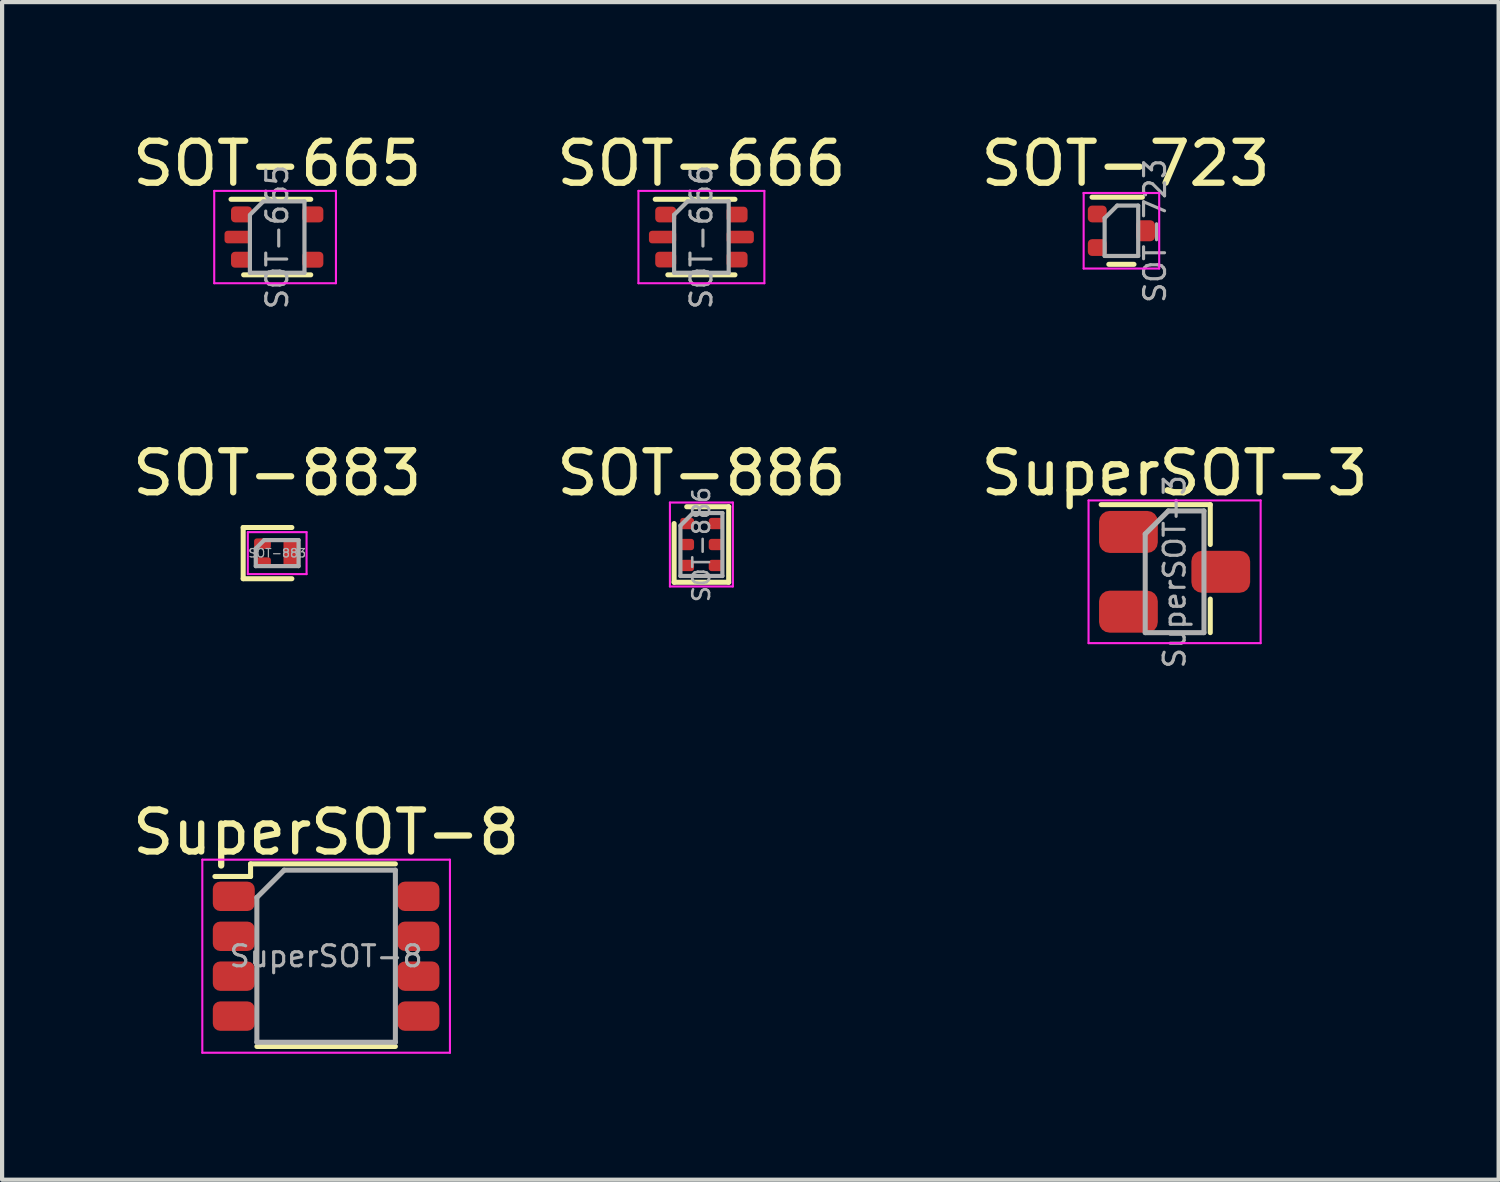
<source format=kicad_pcb>
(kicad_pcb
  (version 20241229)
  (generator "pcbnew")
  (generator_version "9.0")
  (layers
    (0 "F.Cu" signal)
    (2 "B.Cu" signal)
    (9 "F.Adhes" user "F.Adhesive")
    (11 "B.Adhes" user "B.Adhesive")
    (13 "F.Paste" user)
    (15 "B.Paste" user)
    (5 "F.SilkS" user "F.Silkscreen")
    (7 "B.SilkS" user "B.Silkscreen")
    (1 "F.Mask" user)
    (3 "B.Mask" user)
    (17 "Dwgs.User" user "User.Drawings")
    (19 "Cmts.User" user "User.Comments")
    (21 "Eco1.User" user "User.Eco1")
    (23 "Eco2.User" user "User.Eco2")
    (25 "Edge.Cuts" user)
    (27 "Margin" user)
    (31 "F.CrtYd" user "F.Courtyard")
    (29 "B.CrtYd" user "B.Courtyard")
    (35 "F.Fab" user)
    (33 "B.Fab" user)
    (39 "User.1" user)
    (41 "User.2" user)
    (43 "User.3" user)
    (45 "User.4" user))
  (footprint "SOT-886"
    (layer "F.Cu")
    (at 13.661 9.923)
    (property "Reference" "SOT-886" (at 0 -1.7 180) (layer "F.SilkS") (effects (font (size 1 1) (thickness 0.15))))
    (attr smd)
    (fp_line (start -0.65 -0.5) (end -0.65 0.9) (stroke (width 0.12) (type solid)) (layer "F.SilkS"))
    (fp_line (start -0.65 0.9) (end 0.65 0.9) (stroke (width 0.12) (type solid)) (layer "F.SilkS"))
    (fp_line (start 0.65 -0.9) (end -0.35 -0.9) (stroke (width 0.12) (type solid)) (layer "F.SilkS"))
    (fp_line (start 0.65 0.9) (end 0.65 -0.9) (stroke (width 0.12) (type solid)) (layer "F.SilkS"))
    (fp_line (start -0.75 -1) (end -0.75 1) (stroke (width 0.05) (type solid)) (layer "F.CrtYd"))
    (fp_line (start -0.75 -1) (end 0.75 -1) (stroke (width 0.05) (type solid)) (layer "F.CrtYd"))
    (fp_line (start 0.75 1) (end -0.75 1) (stroke (width 0.05) (type solid)) (layer "F.CrtYd"))
    (fp_line (start 0.75 1) (end 0.75 -1) (stroke (width 0.05) (type solid)) (layer "F.CrtYd"))
    (fp_line (start -0.5 -0.45) (end -0.5 0.75) (stroke (width 0.1) (type solid)) (layer "F.Fab"))
    (fp_line (start -0.5 0.75) (end 0.5 0.75) (stroke (width 0.1) (type solid)) (layer "F.Fab"))
    (fp_line (start -0.2 -0.75) (end -0.5 -0.45) (stroke (width 0.1) (type solid)) (layer "F.Fab"))
    (fp_line (start 0.5 -0.75) (end -0.2 -0.75) (stroke (width 0.1) (type solid)) (layer "F.Fab"))
    (fp_line (start 0.5 0.75) (end 0.5 -0.75) (stroke (width 0.1) (type solid)) (layer "F.Fab"))
    (fp_text user "${REFERENCE}" (at 0 0 90) (layer "F.Fab") (effects (font (size 0.4 0.4) (thickness 0.062))))
    (pad "1" smd roundrect (at -0.34 -0.5) (size 0.33 0.27) (layers "F.Cu" "F.Mask" "F.Paste") (roundrect_rratio 0.25))
    (pad "2" smd roundrect (at -0.34 0) (size 0.33 0.27) (layers "F.Cu" "F.Mask" "F.Paste") (roundrect_rratio 0.25))
    (pad "3" smd roundrect (at -0.34 0.5) (size 0.33 0.27) (layers "F.Cu" "F.Mask" "F.Paste") (roundrect_rratio 0.25))
    (pad "4" smd roundrect (at 0.34 0.5) (size 0.33 0.27) (layers "F.Cu" "F.Mask" "F.Paste") (roundrect_rratio 0.25))
    (pad "5" smd roundrect (at 0.34 0) (size 0.33 0.27) (layers "F.Cu" "F.Mask" "F.Paste") (roundrect_rratio 0.25))
    (pad "6" smd roundrect (at 0.34 -0.5) (size 0.33 0.27) (layers "F.Cu" "F.Mask" "F.Paste") (roundrect_rratio 0.25)))
  (footprint "SOT-883"
    (layer "F.Cu")
    (at 3.554 10.128)
    (property "Reference" "SOT-883" (at 0 -1.905 0) (layer "F.SilkS") (effects (font (size 1 1) (thickness 0.15))))
    (attr smd)
    (fp_line (start -0.81 -0.61) (end 0.35 -0.61) (stroke (width 0.12) (type solid)) (layer "F.SilkS"))
    (fp_line (start -0.81 0.61) (end -0.81 -0.61) (stroke (width 0.12) (type solid)) (layer "F.SilkS"))
    (fp_line (start 0.35 0.61) (end -0.81 0.61) (stroke (width 0.12) (type solid)) (layer "F.SilkS"))
    (fp_line (start -0.7 -0.5) (end 0.7 -0.5) (stroke (width 0.05) (type solid)) (layer "F.CrtYd"))
    (fp_line (start -0.7 0.5) (end -0.7 -0.5) (stroke (width 0.05) (type solid)) (layer "F.CrtYd"))
    (fp_line (start 0.7 -0.5) (end 0.7 0.5) (stroke (width 0.05) (type solid)) (layer "F.CrtYd"))
    (fp_line (start 0.7 0.5) (end -0.7 0.5) (stroke (width 0.05) (type solid)) (layer "F.CrtYd"))
    (fp_line (start -0.51 0.31) (end -0.51 -0.11) (stroke (width 0.1) (type solid)) (layer "F.Fab"))
    (fp_line (start -0.31 -0.31) (end -0.51 -0.11) (stroke (width 0.1) (type solid)) (layer "F.Fab"))
    (fp_line (start -0.31 -0.31) (end 0.51 -0.31) (stroke (width 0.1) (type solid)) (layer "F.Fab"))
    (fp_line (start 0.51 -0.31) (end 0.51 0.31) (stroke (width 0.1) (type solid)) (layer "F.Fab"))
    (fp_line (start 0.51 0.31) (end -0.51 0.31) (stroke (width 0.1) (type solid)) (layer "F.Fab"))
    (fp_text user "${REFERENCE}" (at 0 0 0) (layer "F.Fab") (effects (font (size 0.2 0.2) (thickness 0.03))))
    (pad "1" smd roundrect (at -0.35 -0.225) (size 0.4 0.25) (layers "F.Cu" "F.Mask" "F.Paste") (roundrect_rratio 0.25))
    (pad "2" smd roundrect (at -0.35 0.225) (size 0.4 0.25) (layers "F.Cu" "F.Mask" "F.Paste") (roundrect_rratio 0.25))
    (pad "3" smd roundrect (at 0.35 0) (size 0.4 0.7) (layers "F.Cu" "F.Mask" "F.Paste") (roundrect_rratio 0.25)))
  (footprint "SOT-666"
    (layer "F.Cu")
    (at 13.661 2.598)
    (property "Reference" "SOT-666" (at 0 -1.75 0) (layer "F.SilkS") (effects (font (size 1 1) (thickness 0.15))))
    (attr smd)
    (fp_line (start -0.8 0.9) (end 0.8 0.9) (stroke (width 0.12) (type solid)) (layer "F.SilkS"))
    (fp_line (start 0.8 -0.9) (end -1.1 -0.9) (stroke (width 0.12) (type solid)) (layer "F.SilkS"))
    (fp_line (start -1.5 -1.1) (end -1.5 1.1) (stroke (width 0.05) (type solid)) (layer "F.CrtYd"))
    (fp_line (start -1.5 -1.1) (end 1.5 -1.1) (stroke (width 0.05) (type solid)) (layer "F.CrtYd"))
    (fp_line (start -1.5 1.1) (end 1.5 1.1) (stroke (width 0.05) (type solid)) (layer "F.CrtYd"))
    (fp_line (start 1.5 1.1) (end 1.5 -1.1) (stroke (width 0.05) (type solid)) (layer "F.CrtYd"))
    (fp_line (start -0.65 -0.53) (end -0.65 0.85) (stroke (width 0.1) (type solid)) (layer "F.Fab"))
    (fp_line (start -0.65 -0.53) (end -0.33 -0.85) (stroke (width 0.1) (type solid)) (layer "F.Fab"))
    (fp_line (start 0.65 -0.85) (end -0.33 -0.85) (stroke (width 0.1) (type solid)) (layer "F.Fab"))
    (fp_line (start 0.65 -0.85) (end 0.65 0.85) (stroke (width 0.1) (type solid)) (layer "F.Fab"))
    (fp_line (start 0.65 0.85) (end -0.65 0.85) (stroke (width 0.1) (type solid)) (layer "F.Fab"))
    (fp_text user "${REFERENCE}" (at 0 0 90) (layer "F.Fab") (effects (font (size 0.5 0.5) (thickness 0.075))))
    (pad "1" smd roundrect (at -0.85 -0.537) (size 0.5 0.375) (layers "F.Cu" "F.Mask" "F.Paste") (roundrect_rratio 0.25))
    (pad "2" smd roundrect (at -0.925 0) (size 0.65 0.3) (layers "F.Cu" "F.Mask" "F.Paste") (roundrect_rratio 0.25))
    (pad "3" smd roundrect (at -0.85 0.537) (size 0.5 0.375) (layers "F.Cu" "F.Mask" "F.Paste") (roundrect_rratio 0.25))
    (pad "4" smd roundrect (at 0.85 0.537) (size 0.5 0.375) (layers "F.Cu" "F.Mask" "F.Paste") (roundrect_rratio 0.25))
    (pad "5" smd roundrect (at 0.925 0) (size 0.65 0.3) (layers "F.Cu" "F.Mask" "F.Paste") (roundrect_rratio 0.25))
    (pad "6" smd roundrect (at 0.85 -0.537) (size 0.5 0.375) (layers "F.Cu" "F.Mask" "F.Paste") (roundrect_rratio 0.25)))
  (footprint "SuperSOT-3"
    (layer "F.Cu")
    (at 24.935 10.573)
    (property "Reference" "SuperSOT-3" (at 0 -2.35 0) (layer "F.SilkS") (effects (font (size 1 1) (thickness 0.15))))
    (attr smd)
    (fp_line (start -1.75 -1.6) (end 0.85 -1.6) (stroke (width 0.12) (type solid)) (layer "F.SilkS"))
    (fp_line (start 0.85 -1.6) (end 0.85 -0.65) (stroke (width 0.12) (type solid)) (layer "F.SilkS"))
    (fp_line (start 0.85 0.65) (end 0.85 1.45) (stroke (width 0.12) (type solid)) (layer "F.SilkS"))
    (fp_line (start -2.05 -1.7) (end -2.05 1.7) (stroke (width 0.05) (type solid)) (layer "F.CrtYd"))
    (fp_line (start -2.05 -1.7) (end 2.05 -1.7) (stroke (width 0.05) (type solid)) (layer "F.CrtYd"))
    (fp_line (start 2.05 1.7) (end -2.05 1.7) (stroke (width 0.05) (type solid)) (layer "F.CrtYd"))
    (fp_line (start 2.05 1.7) (end 2.05 -1.7) (stroke (width 0.05) (type solid)) (layer "F.CrtYd"))
    (fp_line (start -0.7 -0.9) (end -0.15 -1.45) (stroke (width 0.12) (type solid)) (layer "F.Fab"))
    (fp_line (start -0.7 1.45) (end -0.7 -0.9) (stroke (width 0.12) (type solid)) (layer "F.Fab"))
    (fp_line (start -0.15 -1.45) (end 0.7 -1.45) (stroke (width 0.12) (type solid)) (layer "F.Fab"))
    (fp_line (start 0.7 -1.45) (end 0.7 1.45) (stroke (width 0.12) (type solid)) (layer "F.Fab"))
    (fp_line (start 0.7 1.45) (end -0.7 1.45) (stroke (width 0.12) (type solid)) (layer "F.Fab"))
    (fp_text user "${REFERENCE}" (at 0 0 90) (layer "F.Fab") (effects (font (size 0.5 0.5) (thickness 0.075))))
    (pad "1" smd roundrect (at -1.1 -0.95) (size 1.4 1) (layers "F.Cu" "F.Mask" "F.Paste") (roundrect_rratio 0.25))
    (pad "2" smd roundrect (at -1.1 0.95) (size 1.4 1) (layers "F.Cu" "F.Mask" "F.Paste") (roundrect_rratio 0.25))
    (pad "3" smd roundrect (at 1.1 0) (size 1.4 1) (layers "F.Cu" "F.Mask" "F.Paste") (roundrect_rratio 0.25)))
  (footprint "SOT-665"
    (layer "F.Cu")
    (at 3.554 2.598)
    (property "Reference" "SOT-665" (at 0 -1.75 0) (layer "F.SilkS") (effects (font (size 1 1) (thickness 0.15))))
    (attr smd)
    (fp_line (start -0.8 0.9) (end 0.8 0.9) (stroke (width 0.12) (type solid)) (layer "F.SilkS"))
    (fp_line (start 0.8 -0.9) (end -1.1 -0.9) (stroke (width 0.12) (type solid)) (layer "F.SilkS"))
    (fp_line (start -1.5 -1.1) (end -1.5 1.1) (stroke (width 0.05) (type solid)) (layer "F.CrtYd"))
    (fp_line (start -1.5 -1.1) (end 1.4 -1.1) (stroke (width 0.05) (type solid)) (layer "F.CrtYd"))
    (fp_line (start -1.5 1.1) (end 1.4 1.1) (stroke (width 0.05) (type solid)) (layer "F.CrtYd"))
    (fp_line (start 1.4 1.1) (end 1.4 -1.1) (stroke (width 0.05) (type solid)) (layer "F.CrtYd"))
    (fp_line (start -0.65 -0.53) (end -0.33 -0.85) (stroke (width 0.1) (type solid)) (layer "F.Fab"))
    (fp_line (start -0.65 -0.51) (end -0.65 0.85) (stroke (width 0.1) (type solid)) (layer "F.Fab"))
    (fp_line (start 0.65 -0.85) (end -0.33 -0.85) (stroke (width 0.1) (type solid)) (layer "F.Fab"))
    (fp_line (start 0.65 -0.85) (end 0.65 0.85) (stroke (width 0.1) (type solid)) (layer "F.Fab"))
    (fp_line (start 0.65 0.85) (end -0.65 0.85) (stroke (width 0.1) (type solid)) (layer "F.Fab"))
    (fp_text user "${REFERENCE}" (at 0 0 90) (layer "F.Fab") (effects (font (size 0.5 0.5) (thickness 0.075))))
    (pad "1" smd roundrect (at -0.85 -0.54) (size 0.5 0.38) (layers "F.Cu" "F.Mask" "F.Paste") (roundrect_rratio 0.25))
    (pad "2" smd roundrect (at -0.93 0) (size 0.65 0.3) (layers "F.Cu" "F.Mask" "F.Paste") (roundrect_rratio 0.25))
    (pad "3" smd roundrect (at -0.85 0.54) (size 0.5 0.38) (layers "F.Cu" "F.Mask" "F.Paste") (roundrect_rratio 0.25))
    (pad "4" smd roundrect (at 0.85 0.54) (size 0.5 0.38) (layers "F.Cu" "F.Mask" "F.Paste") (roundrect_rratio 0.25))
    (pad "5" smd roundrect (at 0.85 -0.54) (size 0.5 0.38) (layers "F.Cu" "F.Mask" "F.Paste") (roundrect_rratio 0.25)))
  (footprint "SuperSOT-8"
    (layer "F.Cu")
    (at 4.72 19.732)
    (property "Reference" "SuperSOT-8" (at 0 -2.95 0) (layer "F.SilkS") (effects (font (size 1 1) (thickness 0.15))))
    (attr smd)
    (fp_line (start -2.65 -1.9) (end -1.8 -1.9) (stroke (width 0.12) (type solid)) (layer "F.SilkS"))
    (fp_line (start -1.8 -2.2) (end 1.65 -2.2) (stroke (width 0.12) (type solid)) (layer "F.SilkS"))
    (fp_line (start -1.8 -1.9) (end -1.8 -2.2) (stroke (width 0.12) (type solid)) (layer "F.SilkS"))
    (fp_line (start 1.65 2.15) (end -1.65 2.15) (stroke (width 0.12) (type solid)) (layer "F.SilkS"))
    (fp_line (start -2.95 -2.3) (end -2.95 2.3) (stroke (width 0.05) (type solid)) (layer "F.CrtYd"))
    (fp_line (start -2.95 -2.3) (end 2.95 -2.3) (stroke (width 0.05) (type solid)) (layer "F.CrtYd"))
    (fp_line (start 2.95 2.3) (end -2.95 2.3) (stroke (width 0.05) (type solid)) (layer "F.CrtYd"))
    (fp_line (start 2.95 2.3) (end 2.95 -2.3) (stroke (width 0.05) (type solid)) (layer "F.CrtYd"))
    (fp_line (start -1.65 -1.4) (end -1 -2.05) (stroke (width 0.12) (type solid)) (layer "F.Fab"))
    (fp_line (start -1.65 2.05) (end -1.65 -1.4) (stroke (width 0.12) (type solid)) (layer "F.Fab"))
    (fp_line (start -1 -2.05) (end 1.65 -2.05) (stroke (width 0.12) (type solid)) (layer "F.Fab"))
    (fp_line (start 1.65 -2.05) (end 1.65 2.05) (stroke (width 0.12) (type solid)) (layer "F.Fab"))
    (fp_line (start 1.65 2.05) (end -1.65 2.05) (stroke (width 0.12) (type solid)) (layer "F.Fab"))
    (fp_text user "${REFERENCE}" (at 0 0 0) (layer "F.Fab") (effects (font (size 0.5 0.5) (thickness 0.075))))
    (pad "1" smd roundrect (at -2.2 -1.427) (size 1 0.7) (layers "F.Cu" "F.Mask" "F.Paste") (roundrect_rratio 0.25))
    (pad "2" smd roundrect (at -2.2 -0.475) (size 1 0.7) (layers "F.Cu" "F.Mask" "F.Paste") (roundrect_rratio 0.25))
    (pad "3" smd roundrect (at -2.2 0.475) (size 1 0.7) (layers "F.Cu" "F.Mask" "F.Paste") (roundrect_rratio 0.25))
    (pad "4" smd roundrect (at -2.2 1.427) (size 1 0.7) (layers "F.Cu" "F.Mask" "F.Paste") (roundrect_rratio 0.25))
    (pad "5" smd roundrect (at 2.2 1.427) (size 1 0.7) (layers "F.Cu" "F.Mask" "F.Paste") (roundrect_rratio 0.25))
    (pad "6" smd roundrect (at 2.2 0.475) (size 1 0.7) (layers "F.Cu" "F.Mask" "F.Paste") (roundrect_rratio 0.25))
    (pad "7" smd roundrect (at 2.2 -0.475) (size 1 0.7) (layers "F.Cu" "F.Mask" "F.Paste") (roundrect_rratio 0.25))
    (pad "8" smd roundrect (at 2.2 -1.427) (size 1 0.7) (layers "F.Cu" "F.Mask" "F.Paste") (roundrect_rratio 0.25)))
  (footprint "SOT-723"
    (layer "F.Cu")
    (at 23.668 2.448)
    (property "Reference" "SOT-723" (at 0.1 -1.6 0) (layer "F.SilkS") (effects (font (size 1 1) (thickness 0.15))))
    (attr smd)
    (fp_line (start 0.3 0.8) (end -0.3 0.8) (stroke (width 0.12) (type solid)) (layer "F.SilkS"))
    (fp_line (start 0.5 -0.8) (end -0.7 -0.8) (stroke (width 0.12) (type solid)) (layer "F.SilkS"))
    (fp_line (start -0.9 -0.9) (end -0.9 -0.9) (stroke (width 0.05) (type solid)) (layer "F.CrtYd"))
    (fp_line (start -0.9 -0.9) (end 0.9 -0.9) (stroke (width 0.05) (type solid)) (layer "F.CrtYd"))
    (fp_line (start -0.9 0.9) (end -0.9 -0.9) (stroke (width 0.05) (type solid)) (layer "F.CrtYd"))
    (fp_line (start 0.9 -0.9) (end 0.9 0.9) (stroke (width 0.05) (type solid)) (layer "F.CrtYd"))
    (fp_line (start 0.9 0.9) (end -0.9 0.9) (stroke (width 0.05) (type solid)) (layer "F.CrtYd"))
    (fp_line (start -0.4 -0.3) (end -0.1 -0.6) (stroke (width 0.1) (type solid)) (layer "F.Fab"))
    (fp_line (start -0.4 0.6) (end -0.4 -0.3) (stroke (width 0.1) (type solid)) (layer "F.Fab"))
    (fp_line (start -0.1 -0.6) (end 0.4 -0.6) (stroke (width 0.1) (type solid)) (layer "F.Fab"))
    (fp_line (start 0.4 -0.6) (end 0.4 0.6) (stroke (width 0.1) (type solid)) (layer "F.Fab"))
    (fp_line (start 0.4 0.6) (end -0.4 0.6) (stroke (width 0.1) (type solid)) (layer "F.Fab"))
    (fp_text user "${REFERENCE}" (at 0.8 0 90) (layer "F.Fab") (effects (font (size 0.5 0.5) (thickness 0.075))))
    (pad "1" smd roundrect (at -0.575 -0.4) (size 0.45 0.4) (layers "F.Cu" "F.Mask" "F.Paste") (roundrect_rratio 0.25))
    (pad "2" smd roundrect (at -0.575 0.4) (size 0.45 0.4) (layers "F.Cu" "F.Mask" "F.Paste") (roundrect_rratio 0.25))
    (pad "3" smd roundrect (at 0.575 0) (size 0.45 0.5) (layers "F.Cu" "F.Mask" "F.Paste") (roundrect_rratio 0.25)))
  (gr_rect
    (start -3 -3)
    (end 32.655 25.057)
    (stroke (width 0.1) (type default))
    (fill no)
    (layer "Edge.Cuts")))
</source>
